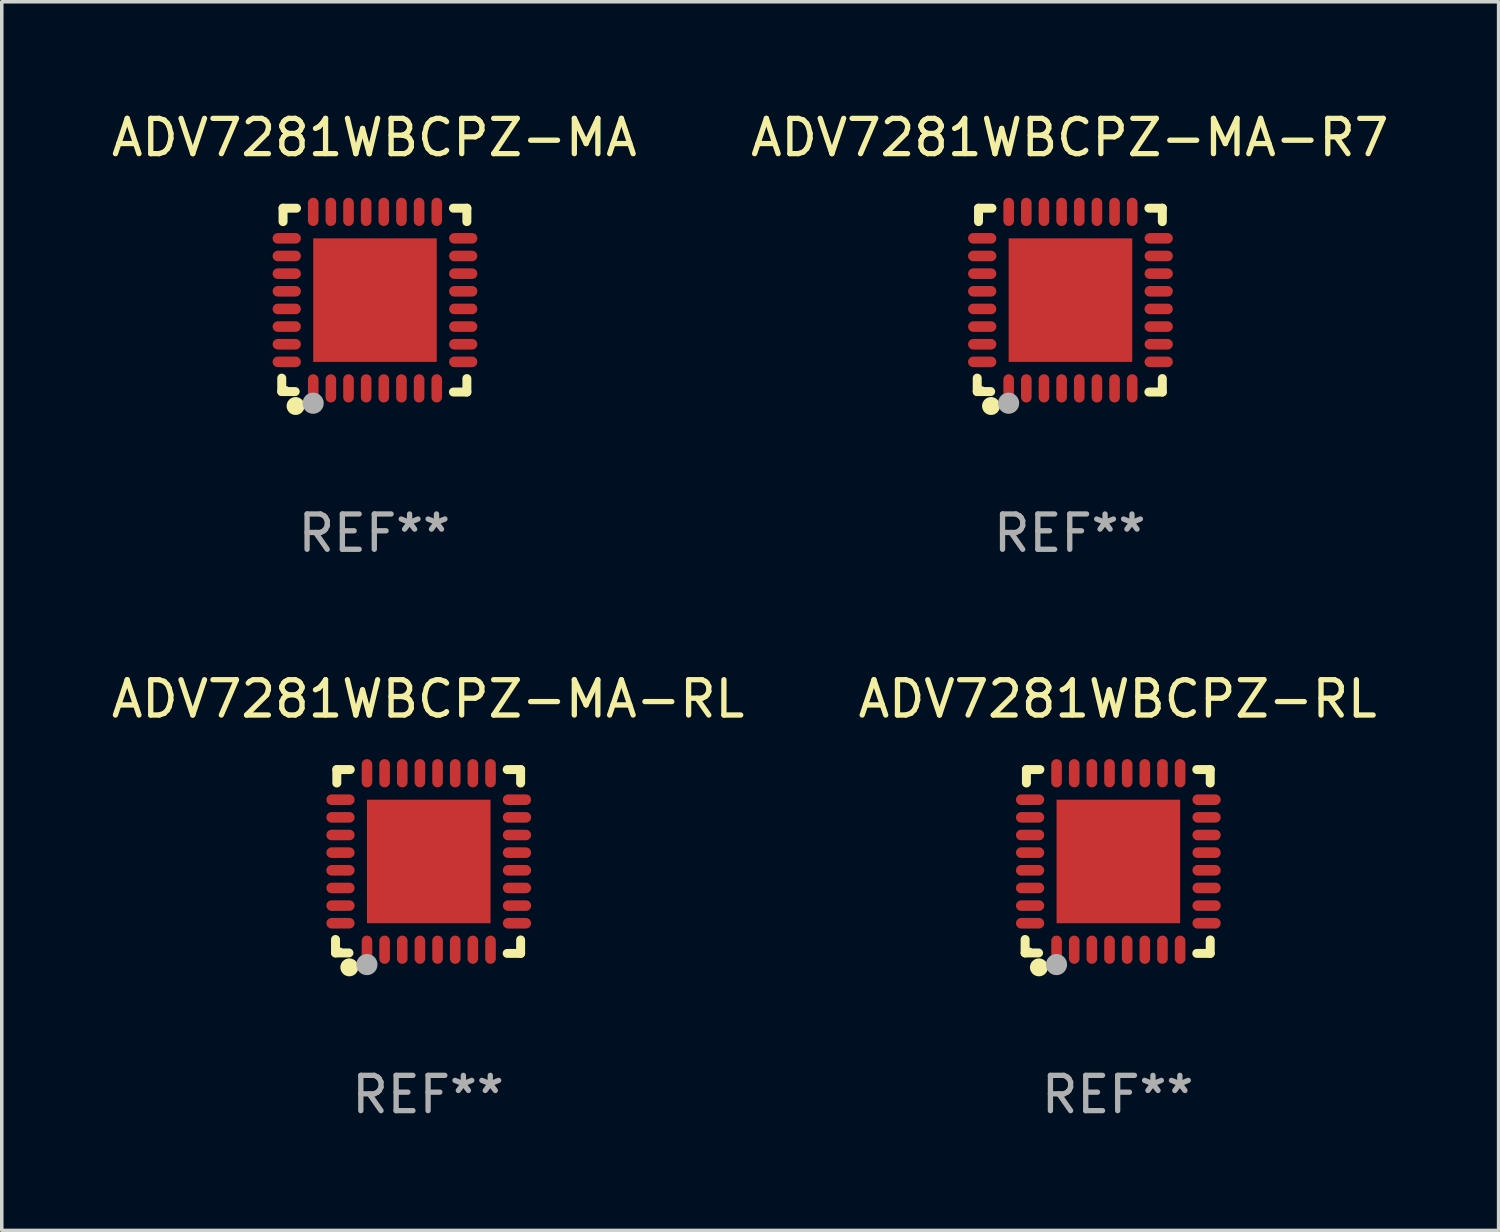
<source format=kicad_pcb>
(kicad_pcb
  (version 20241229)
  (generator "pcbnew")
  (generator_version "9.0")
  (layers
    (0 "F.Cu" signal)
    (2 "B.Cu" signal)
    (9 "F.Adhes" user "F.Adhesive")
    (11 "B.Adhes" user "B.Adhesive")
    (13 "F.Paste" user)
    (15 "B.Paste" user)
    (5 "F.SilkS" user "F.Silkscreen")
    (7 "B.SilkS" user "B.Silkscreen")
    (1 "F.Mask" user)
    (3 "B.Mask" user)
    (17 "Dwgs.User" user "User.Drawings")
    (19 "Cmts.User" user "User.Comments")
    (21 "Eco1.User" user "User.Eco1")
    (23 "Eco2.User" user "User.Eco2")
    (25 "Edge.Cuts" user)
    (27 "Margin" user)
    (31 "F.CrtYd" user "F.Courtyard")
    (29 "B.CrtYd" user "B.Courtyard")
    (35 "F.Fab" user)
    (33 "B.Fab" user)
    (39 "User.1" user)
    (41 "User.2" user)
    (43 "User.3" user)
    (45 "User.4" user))
  (footprint "ADV7281WBCPZ-MA-R7"
    (layer "F.Cu")
    (at 27.256 5.452)
    (property "Reference" "ADV7281WBCPZ-MA-R7" (at 0 -4.604 0) (layer "F.SilkS") (effects (font (size 1 1) (thickness 0.15))))
    (attr through_hole)
    (fp_line (start -2.622 2.21) (end -2.622 2.591) (stroke (width 0.254) (type solid)) (layer "F.SilkS"))
    (fp_line (start -2.622 2.591) (end -2.241 2.591) (stroke (width 0.254) (type solid)) (layer "F.SilkS"))
    (fp_line (start -2.585 -2.604) (end -2.585 -2.223) (stroke (width 0.254) (type solid)) (layer "F.SilkS"))
    (fp_line (start -2.204 -2.604) (end -2.585 -2.604) (stroke (width 0.254) (type solid)) (layer "F.SilkS"))
    (fp_line (start 2.241 2.604) (end 2.622 2.604) (stroke (width 0.254) (type solid)) (layer "F.SilkS"))
    (fp_line (start 2.622 -2.604) (end 2.241 -2.604) (stroke (width 0.254) (type solid)) (layer "F.SilkS"))
    (fp_line (start 2.622 -2.223) (end 2.622 -2.604) (stroke (width 0.254) (type solid)) (layer "F.SilkS"))
    (fp_line (start 2.622 2.604) (end 2.622 2.223) (stroke (width 0.254) (type solid)) (layer "F.SilkS"))
    (fp_circle (center -2.481 2.5) (end -2.451 2.5) (stroke (width 0.06) (type solid)) (fill no) (layer "F.SilkS"))
    (fp_circle (center -2.231 3) (end -2.104 3) (stroke (width 0.254) (type solid)) (fill no) (layer "F.SilkS"))
    (fp_circle (center -1.733 2.921) (end -1.583 2.921) (stroke (width 0.3) (type solid)) (fill no) (layer "F.Fab"))
    (fp_text user "REF**" (at 0 6.604 0) (layer "F.Fab") (effects (font (size 1 1) (thickness 0.15))))
    (pad "1" smd oval (at -1.731 2.5 90) (size 0.8 0.3) (layers "F.Cu" "F.Mask" "F.Paste"))
    (pad "2" smd oval (at -1.231 2.5 90) (size 0.8 0.3) (layers "F.Cu" "F.Mask" "F.Paste"))
    (pad "3" smd oval (at -0.731 2.5 90) (size 0.8 0.3) (layers "F.Cu" "F.Mask" "F.Paste"))
    (pad "4" smd oval (at -0.231 2.5 90) (size 0.8 0.3) (layers "F.Cu" "F.Mask" "F.Paste"))
    (pad "5" smd oval (at 0.269 2.5 90) (size 0.8 0.3) (layers "F.Cu" "F.Mask" "F.Paste"))
    (pad "6" smd oval (at 0.769 2.5 90) (size 0.8 0.3) (layers "F.Cu" "F.Mask" "F.Paste"))
    (pad "7" smd oval (at 1.269 2.5 90) (size 0.8 0.3) (layers "F.Cu" "F.Mask" "F.Paste"))
    (pad "8" smd oval (at 1.769 2.5 90) (size 0.8 0.3) (layers "F.Cu" "F.Mask" "F.Paste"))
    (pad "9" smd oval (at 2.519 1.75 180) (size 0.8 0.3) (layers "F.Cu" "F.Mask" "F.Paste"))
    (pad "10" smd oval (at 2.519 1.25 180) (size 0.8 0.3) (layers "F.Cu" "F.Mask" "F.Paste"))
    (pad "11" smd oval (at 2.519 0.75 180) (size 0.8 0.3) (layers "F.Cu" "F.Mask" "F.Paste"))
    (pad "12" smd oval (at 2.519 0.25 180) (size 0.8 0.3) (layers "F.Cu" "F.Mask" "F.Paste"))
    (pad "13" smd oval (at 2.519 -0.25 180) (size 0.8 0.3) (layers "F.Cu" "F.Mask" "F.Paste"))
    (pad "14" smd oval (at 2.519 -0.75 180) (size 0.8 0.3) (layers "F.Cu" "F.Mask" "F.Paste"))
    (pad "15" smd oval (at 2.519 -1.25 180) (size 0.8 0.3) (layers "F.Cu" "F.Mask" "F.Paste"))
    (pad "16" smd oval (at 2.519 -1.75 180) (size 0.8 0.3) (layers "F.Cu" "F.Mask" "F.Paste"))
    (pad "17" smd oval (at 1.769 -2.5 270) (size 0.8 0.3) (layers "F.Cu" "F.Mask" "F.Paste"))
    (pad "18" smd oval (at 1.269 -2.5 270) (size 0.8 0.3) (layers "F.Cu" "F.Mask" "F.Paste"))
    (pad "19" smd oval (at 0.769 -2.5 270) (size 0.8 0.3) (layers "F.Cu" "F.Mask" "F.Paste"))
    (pad "20" smd oval (at 0.269 -2.5 270) (size 0.8 0.3) (layers "F.Cu" "F.Mask" "F.Paste"))
    (pad "21" smd oval (at -0.231 -2.5 270) (size 0.8 0.3) (layers "F.Cu" "F.Mask" "F.Paste"))
    (pad "22" smd oval (at -0.731 -2.5 270) (size 0.8 0.3) (layers "F.Cu" "F.Mask" "F.Paste"))
    (pad "23" smd oval (at -1.231 -2.5 270) (size 0.8 0.3) (layers "F.Cu" "F.Mask" "F.Paste"))
    (pad "24" smd oval (at -1.731 -2.5 270) (size 0.8 0.3) (layers "F.Cu" "F.Mask" "F.Paste"))
    (pad "25" smd oval (at -2.481 -1.75) (size 0.8 0.3) (layers "F.Cu" "F.Mask" "F.Paste"))
    (pad "26" smd oval (at -2.481 -1.25) (size 0.8 0.3) (layers "F.Cu" "F.Mask" "F.Paste"))
    (pad "27" smd oval (at -2.481 -0.75) (size 0.8 0.3) (layers "F.Cu" "F.Mask" "F.Paste"))
    (pad "28" smd oval (at -2.481 -0.25) (size 0.8 0.3) (layers "F.Cu" "F.Mask" "F.Paste"))
    (pad "29" smd oval (at -2.481 0.25) (size 0.8 0.3) (layers "F.Cu" "F.Mask" "F.Paste"))
    (pad "30" smd oval (at -2.481 0.75) (size 0.8 0.3) (layers "F.Cu" "F.Mask" "F.Paste"))
    (pad "31" smd oval (at -2.481 1.25) (size 0.8 0.3) (layers "F.Cu" "F.Mask" "F.Paste"))
    (pad "32" smd oval (at -2.481 1.75) (size 0.8 0.3) (layers "F.Cu" "F.Mask" "F.Paste"))
    (pad "33" smd rect (at 0.019 -0.000025 90) (size 3.5 3.5) (layers "F.Cu" "F.Mask" "F.Paste")))
  (footprint "ADV7281WBCPZ-MA-RL"
    (layer "F.Cu")
    (at 9.077 21.355)
    (property "Reference" "ADV7281WBCPZ-MA-RL" (at 0 -4.604 0) (layer "F.SilkS") (effects (font (size 1 1) (thickness 0.15))))
    (attr through_hole)
    (fp_line (start -2.622 2.21) (end -2.622 2.591) (stroke (width 0.254) (type solid)) (layer "F.SilkS"))
    (fp_line (start -2.622 2.591) (end -2.241 2.591) (stroke (width 0.254) (type solid)) (layer "F.SilkS"))
    (fp_line (start -2.585 -2.604) (end -2.585 -2.223) (stroke (width 0.254) (type solid)) (layer "F.SilkS"))
    (fp_line (start -2.204 -2.604) (end -2.585 -2.604) (stroke (width 0.254) (type solid)) (layer "F.SilkS"))
    (fp_line (start 2.241 2.604) (end 2.622 2.604) (stroke (width 0.254) (type solid)) (layer "F.SilkS"))
    (fp_line (start 2.622 -2.604) (end 2.241 -2.604) (stroke (width 0.254) (type solid)) (layer "F.SilkS"))
    (fp_line (start 2.622 -2.223) (end 2.622 -2.604) (stroke (width 0.254) (type solid)) (layer "F.SilkS"))
    (fp_line (start 2.622 2.604) (end 2.622 2.223) (stroke (width 0.254) (type solid)) (layer "F.SilkS"))
    (fp_circle (center -2.481 2.5) (end -2.451 2.5) (stroke (width 0.06) (type solid)) (fill no) (layer "F.SilkS"))
    (fp_circle (center -2.231 3) (end -2.104 3) (stroke (width 0.254) (type solid)) (fill no) (layer "F.SilkS"))
    (fp_circle (center -1.733 2.921) (end -1.583 2.921) (stroke (width 0.3) (type solid)) (fill no) (layer "F.Fab"))
    (fp_text user "REF**" (at 0 6.604 0) (layer "F.Fab") (effects (font (size 1 1) (thickness 0.15))))
    (pad "1" smd oval (at -1.731 2.5 90) (size 0.8 0.3) (layers "F.Cu" "F.Mask" "F.Paste"))
    (pad "2" smd oval (at -1.231 2.5 90) (size 0.8 0.3) (layers "F.Cu" "F.Mask" "F.Paste"))
    (pad "3" smd oval (at -0.731 2.5 90) (size 0.8 0.3) (layers "F.Cu" "F.Mask" "F.Paste"))
    (pad "4" smd oval (at -0.231 2.5 90) (size 0.8 0.3) (layers "F.Cu" "F.Mask" "F.Paste"))
    (pad "5" smd oval (at 0.269 2.5 90) (size 0.8 0.3) (layers "F.Cu" "F.Mask" "F.Paste"))
    (pad "6" smd oval (at 0.769 2.5 90) (size 0.8 0.3) (layers "F.Cu" "F.Mask" "F.Paste"))
    (pad "7" smd oval (at 1.269 2.5 90) (size 0.8 0.3) (layers "F.Cu" "F.Mask" "F.Paste"))
    (pad "8" smd oval (at 1.769 2.5 90) (size 0.8 0.3) (layers "F.Cu" "F.Mask" "F.Paste"))
    (pad "9" smd oval (at 2.519 1.75 180) (size 0.8 0.3) (layers "F.Cu" "F.Mask" "F.Paste"))
    (pad "10" smd oval (at 2.519 1.25 180) (size 0.8 0.3) (layers "F.Cu" "F.Mask" "F.Paste"))
    (pad "11" smd oval (at 2.519 0.75 180) (size 0.8 0.3) (layers "F.Cu" "F.Mask" "F.Paste"))
    (pad "12" smd oval (at 2.519 0.25 180) (size 0.8 0.3) (layers "F.Cu" "F.Mask" "F.Paste"))
    (pad "13" smd oval (at 2.519 -0.25 180) (size 0.8 0.3) (layers "F.Cu" "F.Mask" "F.Paste"))
    (pad "14" smd oval (at 2.519 -0.75 180) (size 0.8 0.3) (layers "F.Cu" "F.Mask" "F.Paste"))
    (pad "15" smd oval (at 2.519 -1.25 180) (size 0.8 0.3) (layers "F.Cu" "F.Mask" "F.Paste"))
    (pad "16" smd oval (at 2.519 -1.75 180) (size 0.8 0.3) (layers "F.Cu" "F.Mask" "F.Paste"))
    (pad "17" smd oval (at 1.769 -2.5 270) (size 0.8 0.3) (layers "F.Cu" "F.Mask" "F.Paste"))
    (pad "18" smd oval (at 1.269 -2.5 270) (size 0.8 0.3) (layers "F.Cu" "F.Mask" "F.Paste"))
    (pad "19" smd oval (at 0.769 -2.5 270) (size 0.8 0.3) (layers "F.Cu" "F.Mask" "F.Paste"))
    (pad "20" smd oval (at 0.269 -2.5 270) (size 0.8 0.3) (layers "F.Cu" "F.Mask" "F.Paste"))
    (pad "21" smd oval (at -0.231 -2.5 270) (size 0.8 0.3) (layers "F.Cu" "F.Mask" "F.Paste"))
    (pad "22" smd oval (at -0.731 -2.5 270) (size 0.8 0.3) (layers "F.Cu" "F.Mask" "F.Paste"))
    (pad "23" smd oval (at -1.231 -2.5 270) (size 0.8 0.3) (layers "F.Cu" "F.Mask" "F.Paste"))
    (pad "24" smd oval (at -1.731 -2.5 270) (size 0.8 0.3) (layers "F.Cu" "F.Mask" "F.Paste"))
    (pad "25" smd oval (at -2.481 -1.75) (size 0.8 0.3) (layers "F.Cu" "F.Mask" "F.Paste"))
    (pad "26" smd oval (at -2.481 -1.25) (size 0.8 0.3) (layers "F.Cu" "F.Mask" "F.Paste"))
    (pad "27" smd oval (at -2.481 -0.75) (size 0.8 0.3) (layers "F.Cu" "F.Mask" "F.Paste"))
    (pad "28" smd oval (at -2.481 -0.25) (size 0.8 0.3) (layers "F.Cu" "F.Mask" "F.Paste"))
    (pad "29" smd oval (at -2.481 0.25) (size 0.8 0.3) (layers "F.Cu" "F.Mask" "F.Paste"))
    (pad "30" smd oval (at -2.481 0.75) (size 0.8 0.3) (layers "F.Cu" "F.Mask" "F.Paste"))
    (pad "31" smd oval (at -2.481 1.25) (size 0.8 0.3) (layers "F.Cu" "F.Mask" "F.Paste"))
    (pad "32" smd oval (at -2.481 1.75) (size 0.8 0.3) (layers "F.Cu" "F.Mask" "F.Paste"))
    (pad "33" smd rect (at 0.019 -0.000025 90) (size 3.5 3.5) (layers "F.Cu" "F.Mask" "F.Paste")))
  (footprint "ADV7281WBCPZ-RL"
    (layer "F.Cu")
    (at 28.613 21.355)
    (property "Reference" "ADV7281WBCPZ-RL" (at 0 -4.604 0) (layer "F.SilkS") (effects (font (size 1 1) (thickness 0.15))))
    (attr through_hole)
    (fp_line (start -2.622 2.21) (end -2.622 2.591) (stroke (width 0.254) (type solid)) (layer "F.SilkS"))
    (fp_line (start -2.622 2.591) (end -2.241 2.591) (stroke (width 0.254) (type solid)) (layer "F.SilkS"))
    (fp_line (start -2.585 -2.604) (end -2.585 -2.223) (stroke (width 0.254) (type solid)) (layer "F.SilkS"))
    (fp_line (start -2.204 -2.604) (end -2.585 -2.604) (stroke (width 0.254) (type solid)) (layer "F.SilkS"))
    (fp_line (start 2.241 2.604) (end 2.622 2.604) (stroke (width 0.254) (type solid)) (layer "F.SilkS"))
    (fp_line (start 2.622 -2.604) (end 2.241 -2.604) (stroke (width 0.254) (type solid)) (layer "F.SilkS"))
    (fp_line (start 2.622 -2.223) (end 2.622 -2.604) (stroke (width 0.254) (type solid)) (layer "F.SilkS"))
    (fp_line (start 2.622 2.604) (end 2.622 2.223) (stroke (width 0.254) (type solid)) (layer "F.SilkS"))
    (fp_circle (center -2.481 2.5) (end -2.451 2.5) (stroke (width 0.06) (type solid)) (fill no) (layer "F.SilkS"))
    (fp_circle (center -2.231 3) (end -2.104 3) (stroke (width 0.254) (type solid)) (fill no) (layer "F.SilkS"))
    (fp_circle (center -1.733 2.921) (end -1.583 2.921) (stroke (width 0.3) (type solid)) (fill no) (layer "F.Fab"))
    (fp_text user "REF**" (at 0 6.604 0) (layer "F.Fab") (effects (font (size 1 1) (thickness 0.15))))
    (pad "1" smd oval (at -1.731 2.5 90) (size 0.8 0.3) (layers "F.Cu" "F.Mask" "F.Paste"))
    (pad "2" smd oval (at -1.231 2.5 90) (size 0.8 0.3) (layers "F.Cu" "F.Mask" "F.Paste"))
    (pad "3" smd oval (at -0.731 2.5 90) (size 0.8 0.3) (layers "F.Cu" "F.Mask" "F.Paste"))
    (pad "4" smd oval (at -0.231 2.5 90) (size 0.8 0.3) (layers "F.Cu" "F.Mask" "F.Paste"))
    (pad "5" smd oval (at 0.269 2.5 90) (size 0.8 0.3) (layers "F.Cu" "F.Mask" "F.Paste"))
    (pad "6" smd oval (at 0.769 2.5 90) (size 0.8 0.3) (layers "F.Cu" "F.Mask" "F.Paste"))
    (pad "7" smd oval (at 1.269 2.5 90) (size 0.8 0.3) (layers "F.Cu" "F.Mask" "F.Paste"))
    (pad "8" smd oval (at 1.769 2.5 90) (size 0.8 0.3) (layers "F.Cu" "F.Mask" "F.Paste"))
    (pad "9" smd oval (at 2.519 1.75 180) (size 0.8 0.3) (layers "F.Cu" "F.Mask" "F.Paste"))
    (pad "10" smd oval (at 2.519 1.25 180) (size 0.8 0.3) (layers "F.Cu" "F.Mask" "F.Paste"))
    (pad "11" smd oval (at 2.519 0.75 180) (size 0.8 0.3) (layers "F.Cu" "F.Mask" "F.Paste"))
    (pad "12" smd oval (at 2.519 0.25 180) (size 0.8 0.3) (layers "F.Cu" "F.Mask" "F.Paste"))
    (pad "13" smd oval (at 2.519 -0.25 180) (size 0.8 0.3) (layers "F.Cu" "F.Mask" "F.Paste"))
    (pad "14" smd oval (at 2.519 -0.75 180) (size 0.8 0.3) (layers "F.Cu" "F.Mask" "F.Paste"))
    (pad "15" smd oval (at 2.519 -1.25 180) (size 0.8 0.3) (layers "F.Cu" "F.Mask" "F.Paste"))
    (pad "16" smd oval (at 2.519 -1.75 180) (size 0.8 0.3) (layers "F.Cu" "F.Mask" "F.Paste"))
    (pad "17" smd oval (at 1.769 -2.5 270) (size 0.8 0.3) (layers "F.Cu" "F.Mask" "F.Paste"))
    (pad "18" smd oval (at 1.269 -2.5 270) (size 0.8 0.3) (layers "F.Cu" "F.Mask" "F.Paste"))
    (pad "19" smd oval (at 0.769 -2.5 270) (size 0.8 0.3) (layers "F.Cu" "F.Mask" "F.Paste"))
    (pad "20" smd oval (at 0.269 -2.5 270) (size 0.8 0.3) (layers "F.Cu" "F.Mask" "F.Paste"))
    (pad "21" smd oval (at -0.231 -2.5 270) (size 0.8 0.3) (layers "F.Cu" "F.Mask" "F.Paste"))
    (pad "22" smd oval (at -0.731 -2.5 270) (size 0.8 0.3) (layers "F.Cu" "F.Mask" "F.Paste"))
    (pad "23" smd oval (at -1.231 -2.5 270) (size 0.8 0.3) (layers "F.Cu" "F.Mask" "F.Paste"))
    (pad "24" smd oval (at -1.731 -2.5 270) (size 0.8 0.3) (layers "F.Cu" "F.Mask" "F.Paste"))
    (pad "25" smd oval (at -2.481 -1.75) (size 0.8 0.3) (layers "F.Cu" "F.Mask" "F.Paste"))
    (pad "26" smd oval (at -2.481 -1.25) (size 0.8 0.3) (layers "F.Cu" "F.Mask" "F.Paste"))
    (pad "27" smd oval (at -2.481 -0.75) (size 0.8 0.3) (layers "F.Cu" "F.Mask" "F.Paste"))
    (pad "28" smd oval (at -2.481 -0.25) (size 0.8 0.3) (layers "F.Cu" "F.Mask" "F.Paste"))
    (pad "29" smd oval (at -2.481 0.25) (size 0.8 0.3) (layers "F.Cu" "F.Mask" "F.Paste"))
    (pad "30" smd oval (at -2.481 0.75) (size 0.8 0.3) (layers "F.Cu" "F.Mask" "F.Paste"))
    (pad "31" smd oval (at -2.481 1.25) (size 0.8 0.3) (layers "F.Cu" "F.Mask" "F.Paste"))
    (pad "32" smd oval (at -2.481 1.75) (size 0.8 0.3) (layers "F.Cu" "F.Mask" "F.Paste"))
    (pad "33" smd rect (at 0.019 -0.000025 90) (size 3.5 3.5) (layers "F.Cu" "F.Mask" "F.Paste")))
  (footprint "ADV7281WBCPZ-MA"
    (layer "F.Cu")
    (at 7.554 5.452)
    (property "Reference" "ADV7281WBCPZ-MA" (at 0 -4.604 0) (layer "F.SilkS") (effects (font (size 1 1) (thickness 0.15))))
    (attr through_hole)
    (fp_line (start -2.622 2.21) (end -2.622 2.591) (stroke (width 0.254) (type solid)) (layer "F.SilkS"))
    (fp_line (start -2.622 2.591) (end -2.241 2.591) (stroke (width 0.254) (type solid)) (layer "F.SilkS"))
    (fp_line (start -2.585 -2.604) (end -2.585 -2.223) (stroke (width 0.254) (type solid)) (layer "F.SilkS"))
    (fp_line (start -2.204 -2.604) (end -2.585 -2.604) (stroke (width 0.254) (type solid)) (layer "F.SilkS"))
    (fp_line (start 2.241 2.604) (end 2.622 2.604) (stroke (width 0.254) (type solid)) (layer "F.SilkS"))
    (fp_line (start 2.622 -2.604) (end 2.241 -2.604) (stroke (width 0.254) (type solid)) (layer "F.SilkS"))
    (fp_line (start 2.622 -2.223) (end 2.622 -2.604) (stroke (width 0.254) (type solid)) (layer "F.SilkS"))
    (fp_line (start 2.622 2.604) (end 2.622 2.223) (stroke (width 0.254) (type solid)) (layer "F.SilkS"))
    (fp_circle (center -2.481 2.5) (end -2.451 2.5) (stroke (width 0.06) (type solid)) (fill no) (layer "F.SilkS"))
    (fp_circle (center -2.231 3) (end -2.104 3) (stroke (width 0.254) (type solid)) (fill no) (layer "F.SilkS"))
    (fp_circle (center -1.733 2.921) (end -1.583 2.921) (stroke (width 0.3) (type solid)) (fill no) (layer "F.Fab"))
    (fp_text user "REF**" (at 0 6.604 0) (layer "F.Fab") (effects (font (size 1 1) (thickness 0.15))))
    (pad "1" smd oval (at -1.731 2.5 90) (size 0.8 0.3) (layers "F.Cu" "F.Mask" "F.Paste"))
    (pad "2" smd oval (at -1.231 2.5 90) (size 0.8 0.3) (layers "F.Cu" "F.Mask" "F.Paste"))
    (pad "3" smd oval (at -0.731 2.5 90) (size 0.8 0.3) (layers "F.Cu" "F.Mask" "F.Paste"))
    (pad "4" smd oval (at -0.231 2.5 90) (size 0.8 0.3) (layers "F.Cu" "F.Mask" "F.Paste"))
    (pad "5" smd oval (at 0.269 2.5 90) (size 0.8 0.3) (layers "F.Cu" "F.Mask" "F.Paste"))
    (pad "6" smd oval (at 0.769 2.5 90) (size 0.8 0.3) (layers "F.Cu" "F.Mask" "F.Paste"))
    (pad "7" smd oval (at 1.269 2.5 90) (size 0.8 0.3) (layers "F.Cu" "F.Mask" "F.Paste"))
    (pad "8" smd oval (at 1.769 2.5 90) (size 0.8 0.3) (layers "F.Cu" "F.Mask" "F.Paste"))
    (pad "9" smd oval (at 2.519 1.75 180) (size 0.8 0.3) (layers "F.Cu" "F.Mask" "F.Paste"))
    (pad "10" smd oval (at 2.519 1.25 180) (size 0.8 0.3) (layers "F.Cu" "F.Mask" "F.Paste"))
    (pad "11" smd oval (at 2.519 0.75 180) (size 0.8 0.3) (layers "F.Cu" "F.Mask" "F.Paste"))
    (pad "12" smd oval (at 2.519 0.25 180) (size 0.8 0.3) (layers "F.Cu" "F.Mask" "F.Paste"))
    (pad "13" smd oval (at 2.519 -0.25 180) (size 0.8 0.3) (layers "F.Cu" "F.Mask" "F.Paste"))
    (pad "14" smd oval (at 2.519 -0.75 180) (size 0.8 0.3) (layers "F.Cu" "F.Mask" "F.Paste"))
    (pad "15" smd oval (at 2.519 -1.25 180) (size 0.8 0.3) (layers "F.Cu" "F.Mask" "F.Paste"))
    (pad "16" smd oval (at 2.519 -1.75 180) (size 0.8 0.3) (layers "F.Cu" "F.Mask" "F.Paste"))
    (pad "17" smd oval (at 1.769 -2.5 270) (size 0.8 0.3) (layers "F.Cu" "F.Mask" "F.Paste"))
    (pad "18" smd oval (at 1.269 -2.5 270) (size 0.8 0.3) (layers "F.Cu" "F.Mask" "F.Paste"))
    (pad "19" smd oval (at 0.769 -2.5 270) (size 0.8 0.3) (layers "F.Cu" "F.Mask" "F.Paste"))
    (pad "20" smd oval (at 0.269 -2.5 270) (size 0.8 0.3) (layers "F.Cu" "F.Mask" "F.Paste"))
    (pad "21" smd oval (at -0.231 -2.5 270) (size 0.8 0.3) (layers "F.Cu" "F.Mask" "F.Paste"))
    (pad "22" smd oval (at -0.731 -2.5 270) (size 0.8 0.3) (layers "F.Cu" "F.Mask" "F.Paste"))
    (pad "23" smd oval (at -1.231 -2.5 270) (size 0.8 0.3) (layers "F.Cu" "F.Mask" "F.Paste"))
    (pad "24" smd oval (at -1.731 -2.5 270) (size 0.8 0.3) (layers "F.Cu" "F.Mask" "F.Paste"))
    (pad "25" smd oval (at -2.481 -1.75) (size 0.8 0.3) (layers "F.Cu" "F.Mask" "F.Paste"))
    (pad "26" smd oval (at -2.481 -1.25) (size 0.8 0.3) (layers "F.Cu" "F.Mask" "F.Paste"))
    (pad "27" smd oval (at -2.481 -0.75) (size 0.8 0.3) (layers "F.Cu" "F.Mask" "F.Paste"))
    (pad "28" smd oval (at -2.481 -0.25) (size 0.8 0.3) (layers "F.Cu" "F.Mask" "F.Paste"))
    (pad "29" smd oval (at -2.481 0.25) (size 0.8 0.3) (layers "F.Cu" "F.Mask" "F.Paste"))
    (pad "30" smd oval (at -2.481 0.75) (size 0.8 0.3) (layers "F.Cu" "F.Mask" "F.Paste"))
    (pad "31" smd oval (at -2.481 1.25) (size 0.8 0.3) (layers "F.Cu" "F.Mask" "F.Paste"))
    (pad "32" smd oval (at -2.481 1.75) (size 0.8 0.3) (layers "F.Cu" "F.Mask" "F.Paste"))
    (pad "33" smd rect (at 0.019 -0.000025 90) (size 3.5 3.5) (layers "F.Cu" "F.Mask" "F.Paste")))
  (gr_rect
    (start -3 -3)
    (end 39.405 31.807)
    (stroke (width 0.1) (type default))
    (fill no)
    (layer "Edge.Cuts")))
</source>
